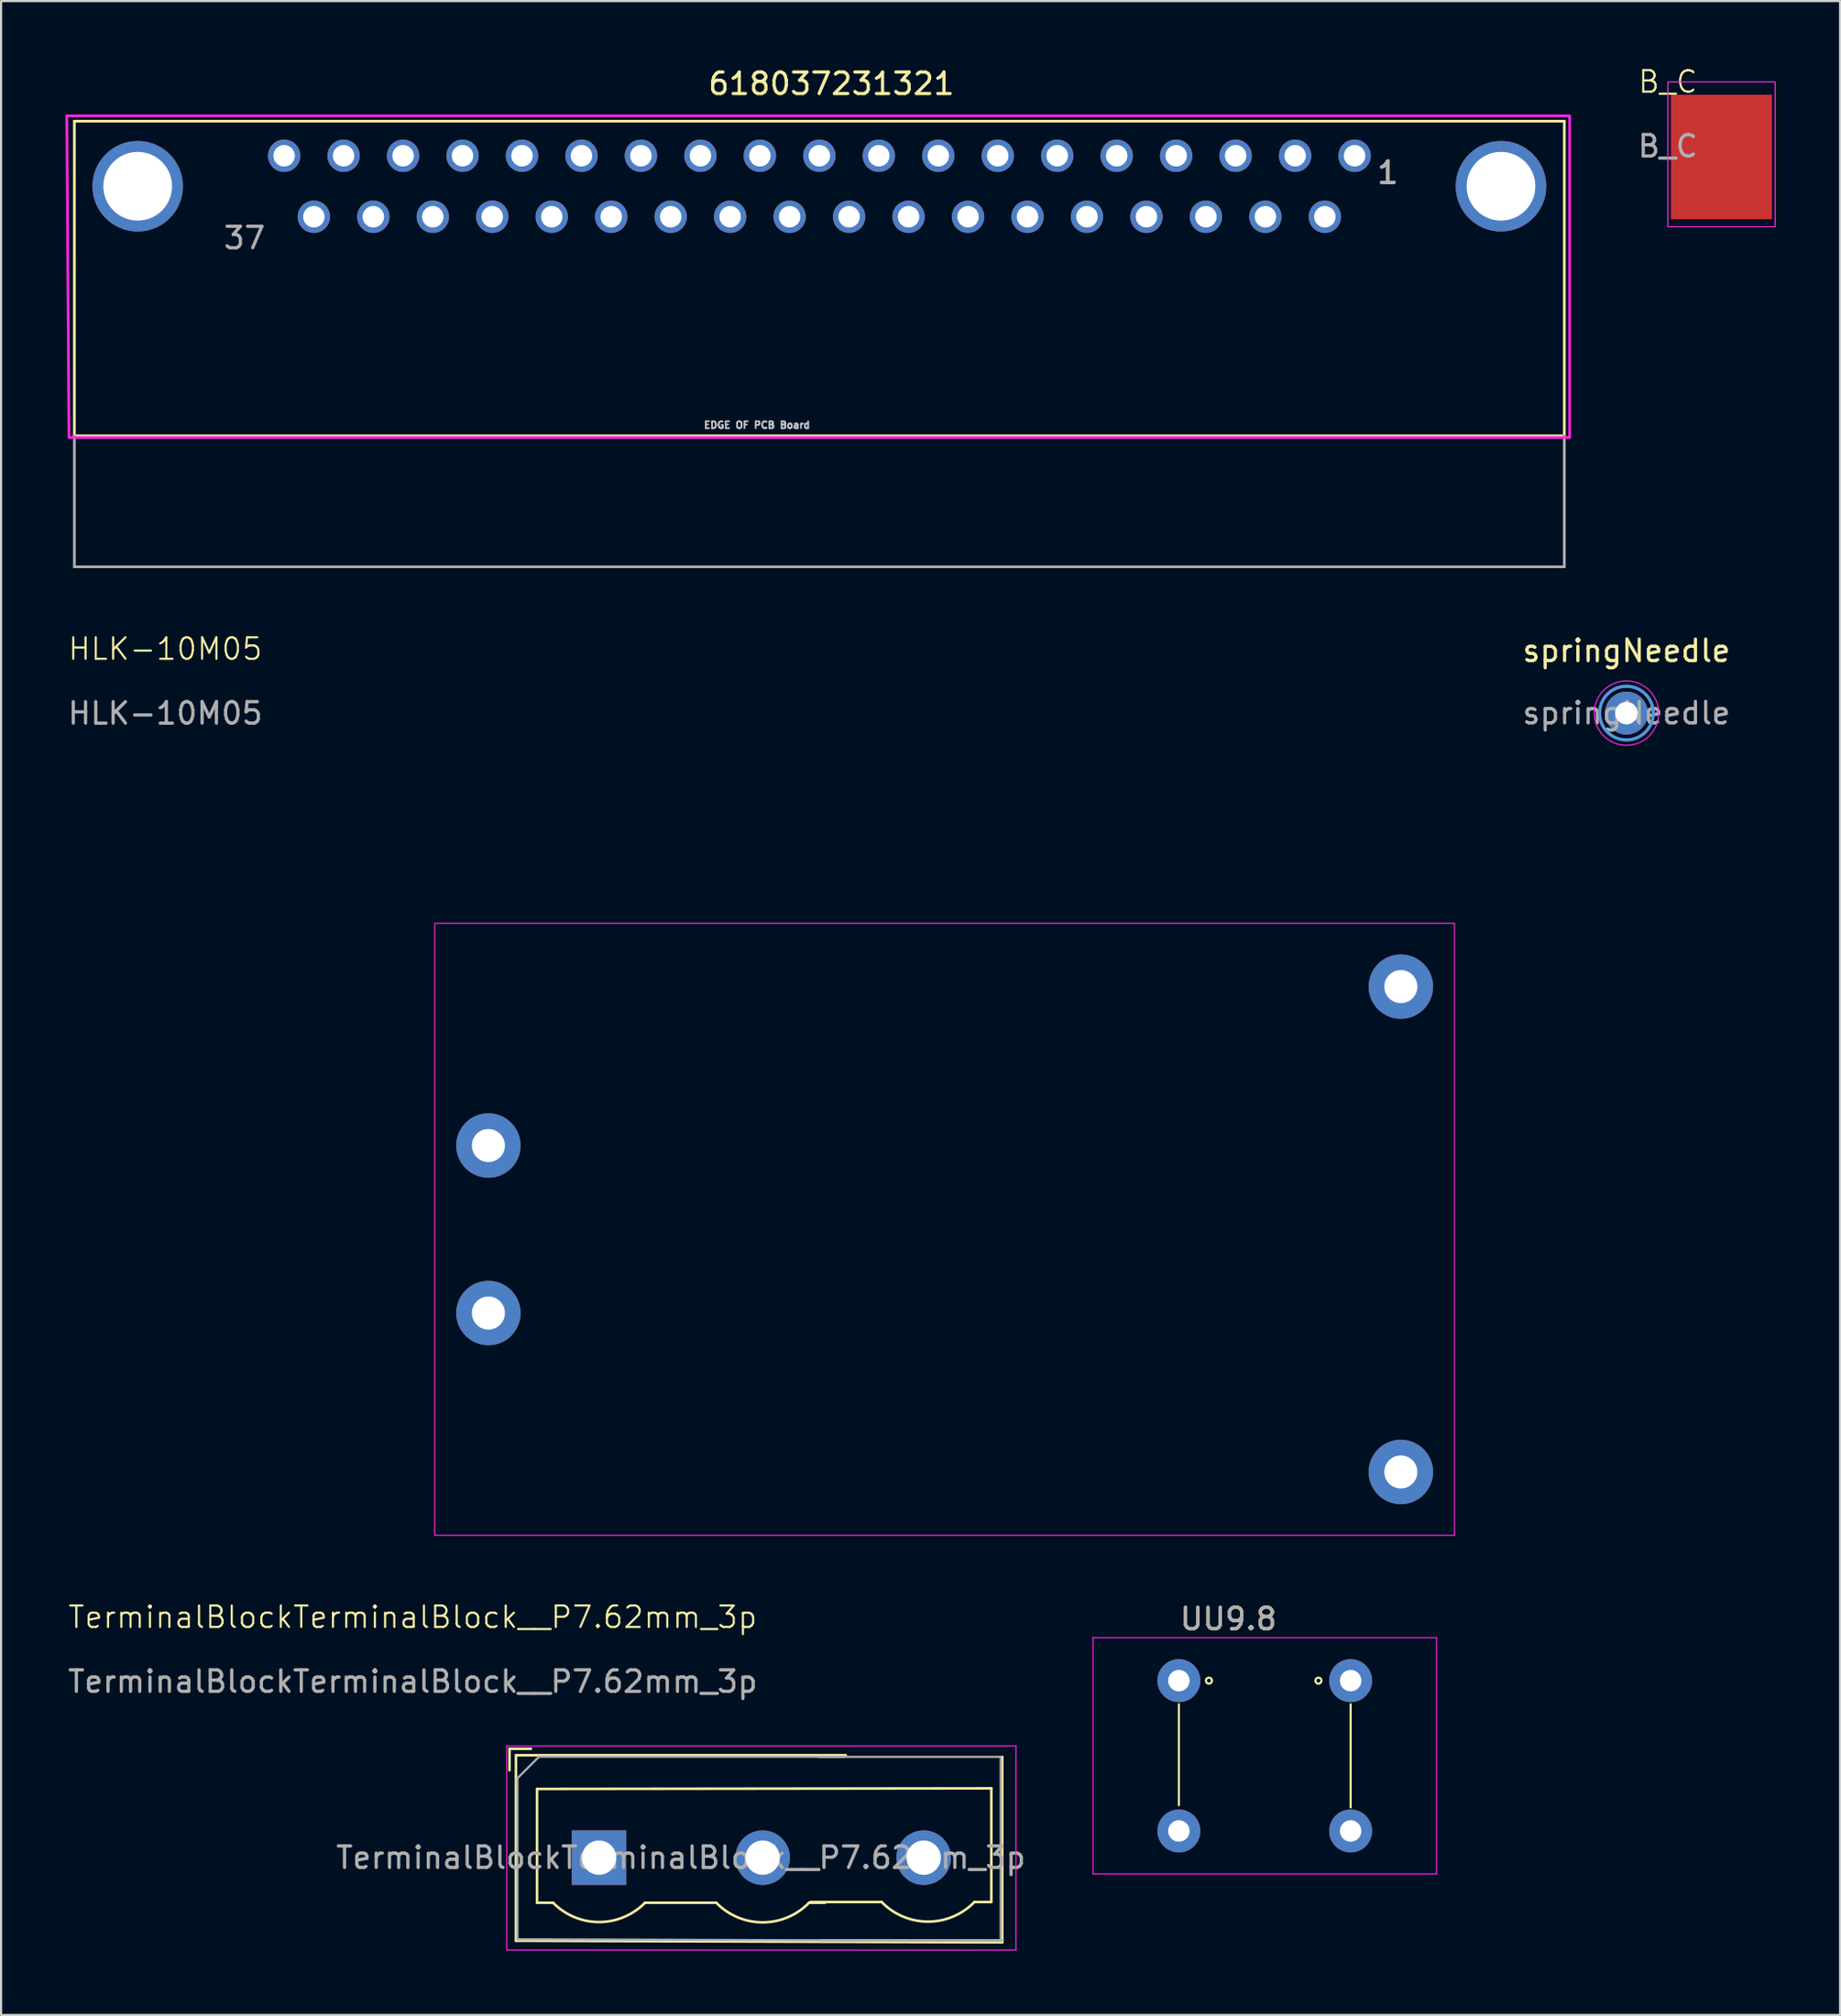
<source format=kicad_pcb>
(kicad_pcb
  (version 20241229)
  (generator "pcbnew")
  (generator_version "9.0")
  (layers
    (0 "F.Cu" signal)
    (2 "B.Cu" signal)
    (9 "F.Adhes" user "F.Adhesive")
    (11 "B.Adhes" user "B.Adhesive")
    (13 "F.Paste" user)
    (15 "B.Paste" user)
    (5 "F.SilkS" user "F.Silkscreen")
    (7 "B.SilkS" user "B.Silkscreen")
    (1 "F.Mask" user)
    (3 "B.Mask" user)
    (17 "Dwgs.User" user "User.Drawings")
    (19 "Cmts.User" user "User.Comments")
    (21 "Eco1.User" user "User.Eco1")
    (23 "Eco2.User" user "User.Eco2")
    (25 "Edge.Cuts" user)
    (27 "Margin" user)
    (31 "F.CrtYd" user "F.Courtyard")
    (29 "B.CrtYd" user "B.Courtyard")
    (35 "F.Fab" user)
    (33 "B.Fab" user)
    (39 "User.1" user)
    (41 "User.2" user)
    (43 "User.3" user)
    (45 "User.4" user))
  (footprint "B_C"
    (layer "F.Cu")
    (at 74.633 1.26)
    (property "Reference" "B_C" (at 0 -0.5 0) (unlocked yes) (layer "F.SilkS") (effects (font (size 1 1) (thickness 0.1))))
    (attr smd)
    (fp_rect (start 0 -0.5) (end 5 6.25) (stroke (width 0.05) (type default)) (fill no) (layer "F.CrtYd"))
    (fp_text user "${REFERENCE}" (at 0 2.5 0) (unlocked yes) (layer "F.Fab") (effects (font (size 1 1) (thickness 0.15))))
    (pad "1" smd rect (at 2.5 3) (size 4.7 5.8) (layers "F.Cu" "F.Mask" "F.Paste")))
  (footprint "HLK-10M05"
    (layer "F.Cu")
    (at 17.199 39.942)
    (property "Reference" "HLK-10M05" (at -12.55 -12.775 0) (unlocked yes) (layer "F.SilkS") (effects (font (size 1 1) (thickness 0.1))))
    (attr smd)
    (fp_rect (start 0 0) (end 47.5 28.5) (stroke (width 0.05) (type default)) (fill no) (layer "F.CrtYd"))
    (fp_line (start 0 14.25) (end 47.5 14.25) (stroke (width 0.1) (type default)) (layer "User.1"))
    (fp_line (start 23.75 0) (end 23.75 28.5) (stroke (width 0.1) (type default)) (layer "User.1"))
    (fp_line (start 0 14.25) (end 2.5 14.25) (stroke (width 0.1) (type default)) (layer "User.2"))
    (fp_line (start 2.5 10.35) (end 2.5 14.25) (stroke (width 0.1) (type default)) (layer "User.2"))
    (fp_line (start 2.5 14.25) (end 2.5 10.35) (stroke (width 0.1) (type default)) (layer "User.2"))
    (fp_line (start 2.5 14.25) (end 2.5 18.15) (stroke (width 0.1) (type default)) (layer "User.2"))
    (fp_line (start 45 14.25) (end 45 2.95) (stroke (width 0.1) (type default)) (layer "User.2"))
    (fp_line (start 45 14.25) (end 45 25.55) (stroke (width 0.1) (type default)) (layer "User.2"))
    (fp_line (start 45 25.55) (end 45 14.25) (stroke (width 0.1) (type default)) (layer "User.2"))
    (fp_line (start 47.5 14.25) (end 45 14.25) (stroke (width 0.1) (type default)) (layer "User.2"))
    (fp_text user "${REFERENCE}" (at -12.55 -9.775 0) (unlocked yes) (layer "F.Fab") (effects (font (size 1 1) (thickness 0.15))))
    (pad "1" thru_hole circle (at 2.5 10.35) (size 3 3) (drill 1.54) (layers "*.Cu" "*.Mask"))
    (pad "2" thru_hole circle (at 2.5 18.15) (size 3 3) (drill 1.54) (layers "*.Cu" "*.Mask"))
    (pad "3" thru_hole circle (at 45 25.55) (size 3 3) (drill 1.54) (layers "*.Cu" "*.Mask"))
    (pad "4" thru_hole circle (at 45 2.95) (size 3 3) (drill 1.54) (layers "*.Cu" "*.Mask")))
  (footprint "springNeedle"
    (layer "F.Cu")
    (at 72.707 30.155)
    (property "Reference" "springNeedle" (at 0 -2.9 0) (layer "F.SilkS") (effects (font (size 1 1) (thickness 0.15))))
    (attr exclude_from_pos_files exclude_from_bom)
    (fp_circle (center 0 0) (end 1.25 0) (stroke (width 0.15) (type solid)) (fill no) (layer "Cmts.User"))
    (fp_circle (center 0 0) (end 1.5 0) (stroke (width 0.05) (type solid)) (fill no) (layer "F.CrtYd"))
    (fp_text user "${REFERENCE}" (at 0 0 0) (layer "F.Fab") (effects (font (size 1 1) (thickness 0.15))))
    (pad "1" thru_hole circle (at 0 0) (size 2 2) (drill 1.05) (layers "*.Cu" "*.Mask")))
  (footprint "TerminalBlockTerminalBlock__P7.62mm_3p"
    (layer "F.Cu")
    (at 21.173 80.252)
    (property "Reference" "TerminalBlockTerminalBlock__P7.62mm_3p" (at -5 -8 0) (unlocked yes) (layer "F.SilkS") (effects (font (size 1 1) (thickness 0.1))))
    (attr through_hole)
    (fp_line (start -0.49 -1.87) (end -0.49 -0.87) (stroke (width 0.12) (type solid)) (layer "F.SilkS"))
    (fp_line (start -0.49 -1.87) (end 0.51 -1.87) (stroke (width 0.12) (type solid)) (layer "F.SilkS"))
    (fp_line (start -0.19 7.07) (end -0.19 -1.57) (stroke (width 0.12) (type solid)) (layer "F.SilkS"))
    (fp_line (start -0.18 -1.57) (end 15.17 -1.57) (stroke (width 0.12) (type solid)) (layer "F.SilkS"))
    (fp_line (start 0.79 0) (end 0.79 5.3) (stroke (width 0.12) (type solid)) (layer "F.SilkS"))
    (fp_line (start 0.79 5.3) (end 1.54 5.3) (stroke (width 0.12) (type solid)) (layer "F.SilkS"))
    (fp_line (start 5.82 5.3) (end 9.14 5.3) (stroke (width 0.12) (type solid)) (layer "F.SilkS"))
    (fp_line (start 13.46 5.3) (end 14.21 5.3) (stroke (width 0.12) (type solid)) (layer "F.SilkS"))
    (fp_line (start 13.524 5.266) (end 16.844 5.266) (stroke (width 0.12) (type solid)) (layer "F.SilkS"))
    (fp_line (start 21.164 5.266) (end 21.914 5.266) (stroke (width 0.12) (type solid)) (layer "F.SilkS"))
    (fp_line (start 21.95 -0.027) (end 0.79 0) (stroke (width 0.12) (type solid)) (layer "F.SilkS"))
    (fp_line (start 21.95 5.273) (end 21.95 -0.027) (stroke (width 0.12) (type solid)) (layer "F.SilkS"))
    (fp_line (start 22.458 -1.494) (end 22.458 7.146) (stroke (width 0.12) (type solid)) (layer "F.SilkS"))
    (fp_line (start 22.458 7.146) (end -0.19 7.07) (stroke (width 0.12) (type solid)) (layer "F.SilkS"))
    (fp_arc (start 5.820696 5.299291) (mid 3.680497 6.198266) (end 1.54 5.3) (stroke (width 0.12) (type solid)) (layer "F.SilkS"))
    (fp_arc (start 13.459492 5.300522) (mid 11.299636 6.212573) (end 9.14 5.3) (stroke (width 0.12) (type solid)) (layer "F.SilkS"))
    (fp_arc (start 21.163456 5.266749) (mid 19.0036 6.1788) (end 16.843964 5.266227) (stroke (width 0.12) (type solid)) (layer "F.SilkS"))
    (fp_line (start -0.62 -2) (end 15.6 -2) (stroke (width 0.05) (type solid)) (layer "F.CrtYd"))
    (fp_line (start -0.62 7.5) (end -0.62 -2) (stroke (width 0.05) (type solid)) (layer "F.CrtYd"))
    (fp_line (start 15.6 -2) (end 23.1 -2) (stroke (width 0.05) (type default)) (layer "F.CrtYd"))
    (fp_line (start 15.6 7.5) (end -0.62 7.5) (stroke (width 0.05) (type solid)) (layer "F.CrtYd"))
    (fp_line (start 23.1 -2) (end 23.1 7.5) (stroke (width 0.05) (type solid)) (layer "F.CrtYd"))
    (fp_line (start 23.1 7.5) (end 15.6 7.5) (stroke (width 0.05) (type default)) (layer "F.CrtYd"))
    (fp_line (start -0.12 -0.5) (end 0.88 -1.5) (stroke (width 0.1) (type solid)) (layer "F.Fab"))
    (fp_line (start -0.12 7) (end -0.12 -0.5) (stroke (width 0.1) (type solid)) (layer "F.Fab"))
    (fp_line (start 0.88 -1.5) (end 15.1 -1.5) (stroke (width 0.1) (type solid)) (layer "F.Fab"))
    (fp_line (start 13.89 -1.492) (end 22.39 -1.492) (stroke (width 0.1) (type solid)) (layer "F.Fab"))
    (fp_line (start 13.992 7.042) (end 22.492 7.042) (stroke (width 0.1) (type solid)) (layer "F.Fab"))
    (fp_line (start 22.388 -1.424) (end 22.388 7.076) (stroke (width 0.1) (type solid)) (layer "F.Fab"))
    (fp_line (start 22.388 7.076) (end -0.12 7) (stroke (width 0.1) (type solid)) (layer "F.Fab"))
    (fp_text user "${REFERENCE}" (at 7.49 3.2 0) (layer "F.Fab") (effects (font (size 1 1) (thickness 0.15))))
    (fp_text user "${REFERENCE}" (at -5 -5 0) (unlocked yes) (layer "F.Fab") (effects (font (size 1 1) (thickness 0.15))))
    (pad "1" thru_hole rect (at 3.68 3.2) (size 2.54 2.54) (drill 1.6) (layers "*.Cu" "*.Mask"))
    (pad "2" thru_hole circle (at 11.3 3.2) (size 2.54 2.54) (drill 1.6) (layers "*.Cu" "*.Mask"))
    (pad "3" thru_hole circle (at 18.8 3.2) (size 2.54 2.54) (drill 1.6) (layers "*.Cu" "*.Mask")))
  (footprint "UU9.8"
    (layer "F.Cu")
    (at 50.36 75.71)
    (property "Reference" "UU9.8" (at 3.81 -3.37 0) (layer "F.SilkS") (effects (font (size 1 1) (thickness 0.15))))
    (attr through_hole)
    (fp_line (start 1.5 0.6) (end 1.5 5.3) (stroke (width 0.1) (type default)) (layer "F.SilkS"))
    (fp_line (start 9.5 5.4) (end 9.5 0.6) (stroke (width 0.1) (type default)) (layer "F.SilkS"))
    (fp_circle (center 2.9 -0.5) (end 3 -0.4) (stroke (width 0.1) (type default)) (fill no) (layer "F.SilkS"))
    (fp_circle (center 8 -0.5) (end 8.1 -0.4) (stroke (width 0.1) (type default)) (fill no) (layer "F.SilkS"))
    (fp_line (start -2.5 -2.5) (end -2.5 8.5) (stroke (width 0.05) (type default)) (layer "F.CrtYd"))
    (fp_line (start -2.5 8.5) (end 13.5 8.5) (stroke (width 0.05) (type default)) (layer "F.CrtYd"))
    (fp_line (start 13.5 -2.5) (end -2.5 -2.5) (stroke (width 0.05) (type default)) (layer "F.CrtYd"))
    (fp_line (start 13.5 8.5) (end 13.5 -2.5) (stroke (width 0.05) (type default)) (layer "F.CrtYd"))
    (fp_text user "${REFERENCE}" (at 3.81 -3.37 0) (layer "F.Fab") (effects (font (size 1 1) (thickness 0.15))))
    (pad "1" thru_hole circle (at 1.5 -0.5) (size 2 2) (drill 1) (layers "*.Cu" "*.Mask"))
    (pad "2" thru_hole oval (at 1.5 6.5) (size 2 2) (drill 1) (layers "*.Cu" "*.Mask"))
    (pad "3" thru_hole oval (at 9.5 6.5) (size 2 2) (drill 1) (layers "*.Cu" "*.Mask"))
    (pad "4" thru_hole oval (at 9.5 -0.5) (size 2 2) (drill 1) (layers "*.Cu" "*.Mask")))
  (footprint "618037231321"
    (layer "F.Cu")
    (at 35.114 5.623)
    (property "Reference" "618037231321" (at 0.56 -4.774 0) (layer "F.SilkS") (effects (font (size 1.001 1.001) (thickness 0.15))))
    (attr through_hole)
    (fp_line (start -34.7 -3.03) (end 34.7 -3.03) (stroke (width 0.127) (type solid)) (layer "F.SilkS"))
    (fp_line (start -34.7 11.62) (end -34.7 -3.03) (stroke (width 0.127) (type solid)) (layer "F.SilkS"))
    (fp_line (start 34.7 -3.03) (end 34.7 11.62) (stroke (width 0.127) (type solid)) (layer "F.SilkS"))
    (fp_line (start 34.7 11.62) (end -34.7 11.62) (stroke (width 0.127) (type solid)) (layer "F.SilkS"))
    (fp_poly (pts (xy -35.05 -3.28) (xy 34.95 -3.28) (xy 34.95 11.7) (xy -34.95 11.7)) (stroke (width 0.127) (type solid)) (fill no) (layer "F.CrtYd"))
    (fp_line (start -34.7 17.72) (end -34.7 11.62) (stroke (width 0.127) (type solid)) (layer "F.Fab"))
    (fp_line (start 34.7 11.62) (end 34.7 17.72) (stroke (width 0.127) (type solid)) (layer "F.Fab"))
    (fp_line (start 34.7 17.72) (end -34.7 17.72) (stroke (width 0.127) (type solid)) (layer "F.Fab"))
    (fp_text user "1" (at 26.484 -0.636 0) (layer "F.SilkS") (effects (font (size 1.001 1.001) (thickness 0.15))))
    (fp_text user "EDGE OF PCB Board" (at -2.905 11.12 0) (layer "Dwgs.User") (effects (font (size 0.321 0.321) (thickness 0.15))))
    (fp_text user "37" (at -26.777 2.409 0) (layer "F.Fab") (effects (font (size 1.002 1.002) (thickness 0.15))))
    (fp_text user "1" (at 26.464 -0.635 0) (layer "F.Fab") (effects (font (size 1 1) (thickness 0.15))))
    (pad "1" thru_hole circle (at 24.93 -1.42) (size 1.508 1.508) (drill 1) (layers "*.Cu" "*.Mask"))
    (pad "2" thru_hole circle (at 22.16 -1.42) (size 1.508 1.508) (drill 1) (layers "*.Cu" "*.Mask"))
    (pad "3" thru_hole circle (at 19.39 -1.42) (size 1.508 1.508) (drill 1) (layers "*.Cu" "*.Mask"))
    (pad "4" thru_hole circle (at 16.62 -1.42) (size 1.508 1.508) (drill 1) (layers "*.Cu" "*.Mask"))
    (pad "5" thru_hole circle (at 13.85 -1.42) (size 1.508 1.508) (drill 1) (layers "*.Cu" "*.Mask"))
    (pad "6" thru_hole circle (at 11.08 -1.42) (size 1.508 1.508) (drill 1) (layers "*.Cu" "*.Mask"))
    (pad "7" thru_hole circle (at 8.31 -1.42) (size 1.508 1.508) (drill 1) (layers "*.Cu" "*.Mask"))
    (pad "8" thru_hole circle (at 5.54 -1.42) (size 1.508 1.508) (drill 1) (layers "*.Cu" "*.Mask"))
    (pad "9" thru_hole circle (at 2.77 -1.42) (size 1.508 1.508) (drill 1) (layers "*.Cu" "*.Mask"))
    (pad "10" thru_hole circle (at 0 -1.42) (size 1.508 1.508) (drill 1) (layers "*.Cu" "*.Mask"))
    (pad "11" thru_hole circle (at -2.77 -1.42) (size 1.508 1.508) (drill 1) (layers "*.Cu" "*.Mask"))
    (pad "12" thru_hole circle (at -5.54 -1.42) (size 1.508 1.508) (drill 1) (layers "*.Cu" "*.Mask"))
    (pad "13" thru_hole circle (at -8.31 -1.42) (size 1.508 1.508) (drill 1) (layers "*.Cu" "*.Mask"))
    (pad "14" thru_hole circle (at -11.08 -1.42) (size 1.508 1.508) (drill 1) (layers "*.Cu" "*.Mask"))
    (pad "15" thru_hole circle (at -13.85 -1.42) (size 1.508 1.508) (drill 1) (layers "*.Cu" "*.Mask"))
    (pad "16" thru_hole circle (at -16.62 -1.42) (size 1.508 1.508) (drill 1) (layers "*.Cu" "*.Mask"))
    (pad "17" thru_hole circle (at -19.39 -1.42) (size 1.508 1.508) (drill 1) (layers "*.Cu" "*.Mask"))
    (pad "18" thru_hole circle (at -22.16 -1.42) (size 1.508 1.508) (drill 1) (layers "*.Cu" "*.Mask"))
    (pad "19" thru_hole circle (at -24.93 -1.42) (size 1.508 1.508) (drill 1) (layers "*.Cu" "*.Mask"))
    (pad "20" thru_hole circle (at 23.545 1.42) (size 1.508 1.508) (drill 1) (layers "*.Cu" "*.Mask"))
    (pad "21" thru_hole circle (at 20.775 1.42) (size 1.508 1.508) (drill 1) (layers "*.Cu" "*.Mask"))
    (pad "22" thru_hole circle (at 18.005 1.42) (size 1.508 1.508) (drill 1) (layers "*.Cu" "*.Mask"))
    (pad "23" thru_hole circle (at 15.235 1.42) (size 1.508 1.508) (drill 1) (layers "*.Cu" "*.Mask"))
    (pad "24" thru_hole circle (at 12.465 1.42) (size 1.508 1.508) (drill 1) (layers "*.Cu" "*.Mask"))
    (pad "25" thru_hole circle (at 9.695 1.42) (size 1.508 1.508) (drill 1) (layers "*.Cu" "*.Mask"))
    (pad "26" thru_hole circle (at 6.925 1.42) (size 1.508 1.508) (drill 1) (layers "*.Cu" "*.Mask"))
    (pad "27" thru_hole circle (at 4.155 1.42) (size 1.508 1.508) (drill 1) (layers "*.Cu" "*.Mask"))
    (pad "28" thru_hole circle (at 1.385 1.42) (size 1.508 1.508) (drill 1) (layers "*.Cu" "*.Mask"))
    (pad "29" thru_hole circle (at -1.385 1.42) (size 1.508 1.508) (drill 1) (layers "*.Cu" "*.Mask"))
    (pad "30" thru_hole circle (at -4.155 1.42) (size 1.508 1.508) (drill 1) (layers "*.Cu" "*.Mask"))
    (pad "31" thru_hole circle (at -6.925 1.42) (size 1.508 1.508) (drill 1) (layers "*.Cu" "*.Mask"))
    (pad "32" thru_hole circle (at -9.695 1.42) (size 1.508 1.508) (drill 1) (layers "*.Cu" "*.Mask"))
    (pad "33" thru_hole circle (at -12.465 1.42) (size 1.508 1.508) (drill 1) (layers "*.Cu" "*.Mask"))
    (pad "34" thru_hole circle (at -15.235 1.42) (size 1.508 1.508) (drill 1) (layers "*.Cu" "*.Mask"))
    (pad "35" thru_hole circle (at -18.005 1.42) (size 1.508 1.508) (drill 1) (layers "*.Cu" "*.Mask"))
    (pad "36" thru_hole circle (at -20.775 1.42) (size 1.508 1.508) (drill 1) (layers "*.Cu" "*.Mask"))
    (pad "37" thru_hole circle (at -23.545 1.42) (size 1.508 1.508) (drill 1) (layers "*.Cu" "*.Mask"))
    (pad "SHELL" thru_hole circle (at -31.75 0) (size 4.216 4.216) (drill 3.2) (layers "*.Cu" "*.Mask"))
    (pad "SHELL1" thru_hole circle (at 31.75 0) (size 4.216 4.216) (drill 3.2) (layers "*.Cu" "*.Mask")))
  (gr_rect
    (start -3 -3)
    (end 82.658 90.777)
    (stroke (width 0.1) (type default))
    (fill no)
    (layer "Edge.Cuts")))
</source>
